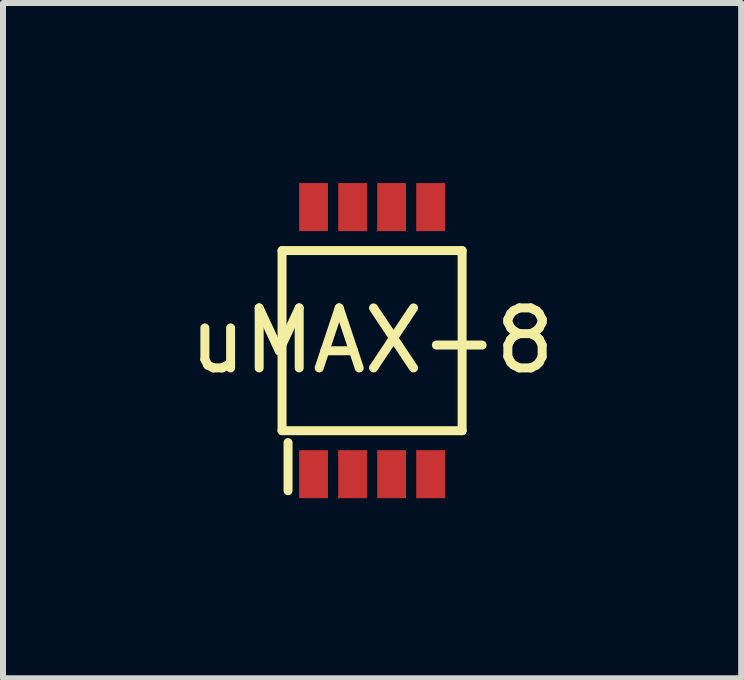
<source format=kicad_pcb>
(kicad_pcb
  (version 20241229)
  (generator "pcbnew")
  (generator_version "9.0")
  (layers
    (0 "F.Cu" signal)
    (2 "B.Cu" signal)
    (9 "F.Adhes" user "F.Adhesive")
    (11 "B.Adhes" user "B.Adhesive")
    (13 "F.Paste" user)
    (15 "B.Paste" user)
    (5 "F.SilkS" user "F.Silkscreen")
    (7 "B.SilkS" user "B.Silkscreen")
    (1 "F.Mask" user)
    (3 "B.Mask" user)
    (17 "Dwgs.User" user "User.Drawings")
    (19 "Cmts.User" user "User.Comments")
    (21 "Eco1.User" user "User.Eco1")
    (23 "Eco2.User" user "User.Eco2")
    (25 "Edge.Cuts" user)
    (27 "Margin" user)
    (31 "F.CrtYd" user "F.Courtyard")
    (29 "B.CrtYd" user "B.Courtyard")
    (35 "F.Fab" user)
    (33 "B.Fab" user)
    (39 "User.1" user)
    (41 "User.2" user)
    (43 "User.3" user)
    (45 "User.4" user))
  (footprint "uMAX-8"
    (layer "F.Cu")
    (at 3.149 2.625)
    (property "Reference" "uMAX-8" (at 0 0 0) (layer "F.SilkS") (effects (font (size 1 1) (thickness 0.15))))
    (attr through_hole)
    (fp_line (start -1.5 -1.5) (end 1.5 -1.5) (stroke (width 0.15) (type solid)) (layer "F.SilkS"))
    (fp_line (start -1.5 1.5) (end -1.5 -1.5) (stroke (width 0.15) (type solid)) (layer "F.SilkS"))
    (fp_line (start -1.4 2.5) (end -1.4 1.7) (stroke (width 0.15) (type solid)) (layer "F.SilkS"))
    (fp_line (start 1.5 -1.5) (end 1.5 1.5) (stroke (width 0.15) (type solid)) (layer "F.SilkS"))
    (fp_line (start 1.5 1.5) (end -1.5 1.5) (stroke (width 0.15) (type solid)) (layer "F.SilkS"))
    (pad "1" smd rect (at -0.975 2.225) (size 0.48 0.8) (layers "F.Cu" "F.Mask" "F.Paste"))
    (pad "2" smd rect (at -0.325 2.225) (size 0.48 0.8) (layers "F.Cu" "F.Mask" "F.Paste"))
    (pad "3" smd rect (at 0.325 2.225) (size 0.48 0.8) (layers "F.Cu" "F.Mask" "F.Paste"))
    (pad "4" smd rect (at 0.975 2.225) (size 0.48 0.8) (layers "F.Cu" "F.Mask" "F.Paste"))
    (pad "5" smd rect (at 0.975 -2.225) (size 0.48 0.8) (layers "F.Cu" "F.Mask" "F.Paste"))
    (pad "6" smd rect (at 0.325 -2.225) (size 0.48 0.8) (layers "F.Cu" "F.Mask" "F.Paste"))
    (pad "7" smd rect (at -0.325 -2.225) (size 0.48 0.8) (layers "F.Cu" "F.Mask" "F.Paste"))
    (pad "8" smd rect (at -0.975 -2.225) (size 0.48 0.8) (layers "F.Cu" "F.Mask" "F.Paste")))
  (gr_rect
    (start -3 -3)
    (end 9.298 8.25)
    (stroke (width 0.1) (type default))
    (fill no)
    (layer "Edge.Cuts")))
</source>
